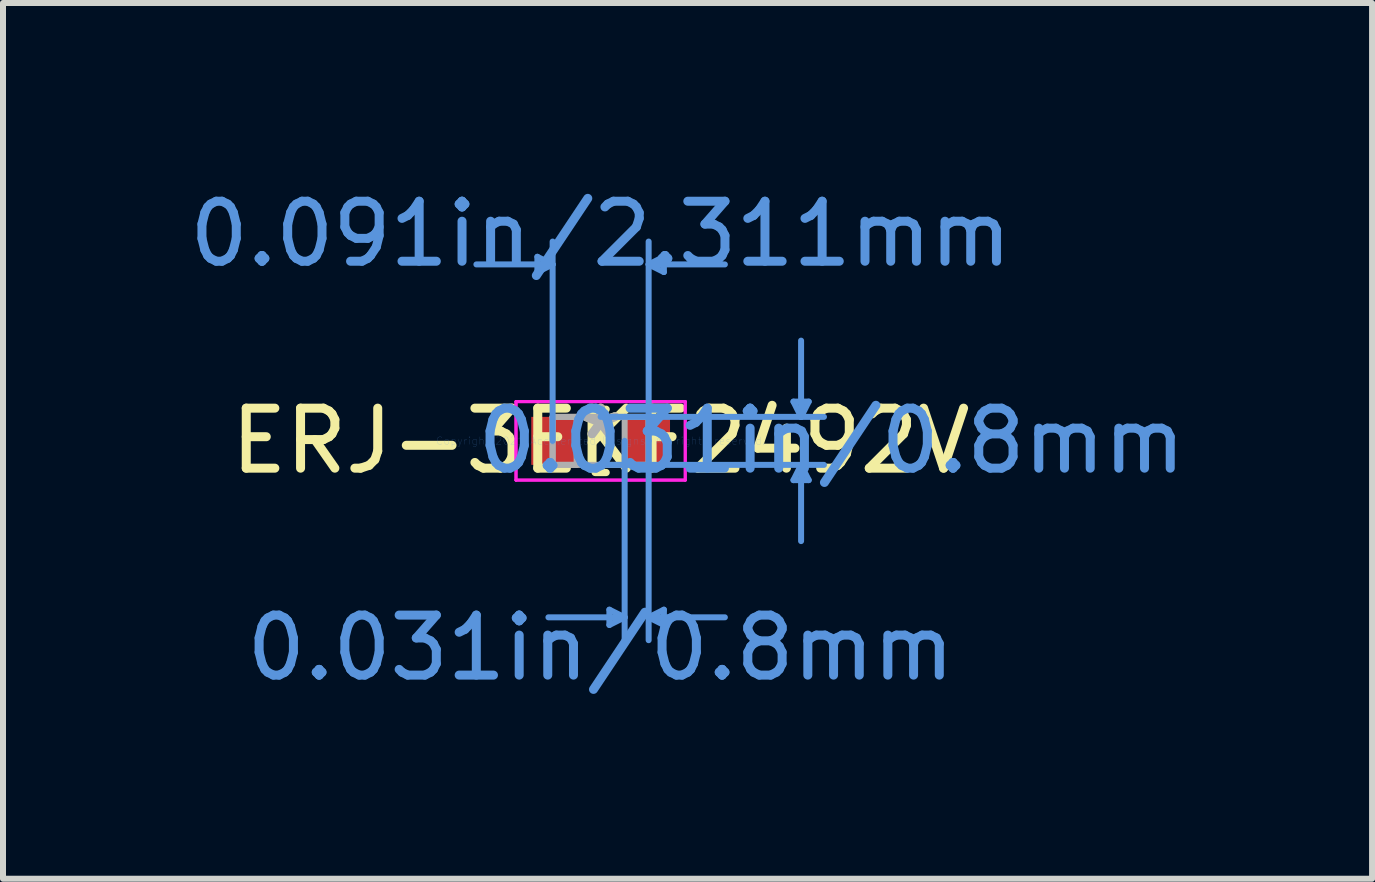
<source format=kicad_pcb>
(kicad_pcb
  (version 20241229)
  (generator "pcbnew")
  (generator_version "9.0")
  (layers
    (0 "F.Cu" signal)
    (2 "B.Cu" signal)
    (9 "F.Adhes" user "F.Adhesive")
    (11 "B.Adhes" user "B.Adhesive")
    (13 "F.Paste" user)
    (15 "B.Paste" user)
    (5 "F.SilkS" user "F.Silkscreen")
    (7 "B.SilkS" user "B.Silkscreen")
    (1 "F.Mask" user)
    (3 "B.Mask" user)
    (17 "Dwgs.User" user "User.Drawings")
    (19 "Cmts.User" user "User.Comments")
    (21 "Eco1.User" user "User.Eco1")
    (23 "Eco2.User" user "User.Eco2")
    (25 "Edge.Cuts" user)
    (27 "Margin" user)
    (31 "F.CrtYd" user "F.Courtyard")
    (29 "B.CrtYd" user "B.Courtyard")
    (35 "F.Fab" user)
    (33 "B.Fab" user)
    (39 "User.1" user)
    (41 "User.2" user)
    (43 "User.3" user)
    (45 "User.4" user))
  (footprint "ERJ-3EKF2492V"
    (layer "F.Cu")
    (at 6.958 4.296)
    (property "Reference" "ERJ-3EKF2492V" (at 0 0 0) (layer "F.SilkS") (effects (font (size 1 1) (thickness 0.15))))
    (attr through_hole)
    (fp_line (start -0.092 0.527) (end 0.092 0.527) (stroke (width 0.12) (type solid)) (layer "F.SilkS"))
    (fp_line (start 0.092 -0.527) (end -0.092 -0.527) (stroke (width 0.12) (type solid)) (layer "F.SilkS"))
    (fp_line (start -1.054 -3.067) (end -1.054 -2.813) (stroke (width 0.1) (type solid)) (layer "Cmts.User"))
    (fp_line (start -0.8 -2.94) (end -2.07 -2.94) (stroke (width 0.1) (type solid)) (layer "Cmts.User"))
    (fp_line (start -0.8 -2.94) (end -1.054 -3.067) (stroke (width 0.1) (type solid)) (layer "Cmts.User"))
    (fp_line (start -0.8 -2.94) (end -1.054 -2.813) (stroke (width 0.1) (type solid)) (layer "Cmts.User"))
    (fp_line (start -0.8 0) (end -0.8 -3.321) (stroke (width 0.1) (type solid)) (layer "Cmts.User"))
    (fp_line (start 0 -0.4) (end 3.721 -0.4) (stroke (width 0.1) (type solid)) (layer "Cmts.User"))
    (fp_line (start 0 0.4) (end 3.721 0.4) (stroke (width 0.1) (type solid)) (layer "Cmts.User"))
    (fp_line (start 0.146 2.813) (end 0.146 3.067) (stroke (width 0.1) (type solid)) (layer "Cmts.User"))
    (fp_line (start 0.4 0) (end 0.4 3.321) (stroke (width 0.1) (type solid)) (layer "Cmts.User"))
    (fp_line (start 0.4 2.94) (end -0.87 2.94) (stroke (width 0.1) (type solid)) (layer "Cmts.User"))
    (fp_line (start 0.4 2.94) (end 0.146 2.813) (stroke (width 0.1) (type solid)) (layer "Cmts.User"))
    (fp_line (start 0.4 2.94) (end 0.146 3.067) (stroke (width 0.1) (type solid)) (layer "Cmts.User"))
    (fp_line (start 0.8 -2.94) (end 1.054 -3.067) (stroke (width 0.1) (type solid)) (layer "Cmts.User"))
    (fp_line (start 0.8 -2.94) (end 1.054 -2.813) (stroke (width 0.1) (type solid)) (layer "Cmts.User"))
    (fp_line (start 0.8 -2.94) (end 2.07 -2.94) (stroke (width 0.1) (type solid)) (layer "Cmts.User"))
    (fp_line (start 0.8 0) (end 0.8 -3.321) (stroke (width 0.1) (type solid)) (layer "Cmts.User"))
    (fp_line (start 0.8 0) (end 0.8 3.321) (stroke (width 0.1) (type solid)) (layer "Cmts.User"))
    (fp_line (start 0.8 2.94) (end 1.054 2.813) (stroke (width 0.1) (type solid)) (layer "Cmts.User"))
    (fp_line (start 0.8 2.94) (end 1.054 3.067) (stroke (width 0.1) (type solid)) (layer "Cmts.User"))
    (fp_line (start 0.8 2.94) (end 2.07 2.94) (stroke (width 0.1) (type solid)) (layer "Cmts.User"))
    (fp_line (start 1.054 -3.067) (end 1.054 -2.813) (stroke (width 0.1) (type solid)) (layer "Cmts.User"))
    (fp_line (start 1.054 2.813) (end 1.054 3.067) (stroke (width 0.1) (type solid)) (layer "Cmts.User"))
    (fp_line (start 3.213 -0.654) (end 3.467 -0.654) (stroke (width 0.1) (type solid)) (layer "Cmts.User"))
    (fp_line (start 3.213 0.654) (end 3.467 0.654) (stroke (width 0.1) (type solid)) (layer "Cmts.User"))
    (fp_line (start 3.34 -0.4) (end 3.213 -0.654) (stroke (width 0.1) (type solid)) (layer "Cmts.User"))
    (fp_line (start 3.34 -0.4) (end 3.34 -1.67) (stroke (width 0.1) (type solid)) (layer "Cmts.User"))
    (fp_line (start 3.34 -0.4) (end 3.467 -0.654) (stroke (width 0.1) (type solid)) (layer "Cmts.User"))
    (fp_line (start 3.34 0.4) (end 3.213 0.654) (stroke (width 0.1) (type solid)) (layer "Cmts.User"))
    (fp_line (start 3.34 0.4) (end 3.34 1.67) (stroke (width 0.1) (type solid)) (layer "Cmts.User"))
    (fp_line (start 3.34 0.4) (end 3.467 0.654) (stroke (width 0.1) (type solid)) (layer "Cmts.User"))
    (fp_line (start -1.41 -0.654) (end 1.41 -0.654) (stroke (width 0.05) (type solid)) (layer "F.CrtYd"))
    (fp_line (start -1.41 -0.654) (end 1.41 -0.654) (stroke (width 0.05) (type solid)) (layer "F.CrtYd"))
    (fp_line (start -1.41 0.654) (end -1.41 -0.654) (stroke (width 0.05) (type solid)) (layer "F.CrtYd"))
    (fp_line (start -1.41 0.654) (end -1.41 -0.654) (stroke (width 0.05) (type solid)) (layer "F.CrtYd"))
    (fp_line (start 1.41 -0.654) (end 1.41 0.654) (stroke (width 0.05) (type solid)) (layer "F.CrtYd"))
    (fp_line (start 1.41 -0.654) (end 1.41 0.654) (stroke (width 0.05) (type solid)) (layer "F.CrtYd"))
    (fp_line (start 1.41 0.654) (end -1.41 0.654) (stroke (width 0.05) (type solid)) (layer "F.CrtYd"))
    (fp_line (start 1.41 0.654) (end -1.41 0.654) (stroke (width 0.05) (type solid)) (layer "F.CrtYd"))
    (fp_line (start -0.8 -0.4) (end -0.8 0.4) (stroke (width 0.1) (type solid)) (layer "F.Fab"))
    (fp_line (start -0.8 -0.4) (end -0.8 0.4) (stroke (width 0.1) (type solid)) (layer "F.Fab"))
    (fp_line (start -0.8 0.4) (end -0.4 0.4) (stroke (width 0.1) (type solid)) (layer "F.Fab"))
    (fp_line (start -0.8 0.4) (end 0.8 0.4) (stroke (width 0.1) (type solid)) (layer "F.Fab"))
    (fp_line (start -0.4 -0.4) (end -0.8 -0.4) (stroke (width 0.1) (type solid)) (layer "F.Fab"))
    (fp_line (start -0.4 0.4) (end -0.4 -0.4) (stroke (width 0.1) (type solid)) (layer "F.Fab"))
    (fp_line (start 0.4 -0.4) (end 0.4 0.4) (stroke (width 0.1) (type solid)) (layer "F.Fab"))
    (fp_line (start 0.4 0.4) (end 0.8 0.4) (stroke (width 0.1) (type solid)) (layer "F.Fab"))
    (fp_line (start 0.8 -0.4) (end -0.8 -0.4) (stroke (width 0.1) (type solid)) (layer "F.Fab"))
    (fp_line (start 0.8 -0.4) (end 0.4 -0.4) (stroke (width 0.1) (type solid)) (layer "F.Fab"))
    (fp_line (start 0.8 0.4) (end 0.8 -0.4) (stroke (width 0.1) (type solid)) (layer "F.Fab"))
    (fp_line (start 0.8 0.4) (end 0.8 -0.4) (stroke (width 0.1) (type solid)) (layer "F.Fab"))
    (fp_text user "*" (at 0 0 0) (layer "F.SilkS") (effects (font (size 1 1) (thickness 0.15))))
    (fp_text user "Copyright 2021 Accelerated Designs. All rights reserved." (at 0 0 0) (layer "Cmts.User") (effects (font (size 0.127 0.127) (thickness 0.002))))
    (fp_text user "0.031in/0.8mm" (at 0 3.448 0) (layer "Cmts.User") (effects (font (size 1 1) (thickness 0.15))))
    (fp_text user "0.031in/0.8mm" (at 3.848 0 0) (layer "Cmts.User") (effects (font (size 1 1) (thickness 0.15))))
    (fp_text user "0.091in/2.311mm" (at 0 -3.448 0) (layer "Cmts.User") (effects (font (size 1 1) (thickness 0.15))))
    (fp_text user "*" (at 0 0 0) (layer "F.Fab") (effects (font (size 1 1) (thickness 0.15))))
    (pad "1" smd rect (at -0.778 0) (size 0.756 0.8) (layers "F.Cu" "F.Mask" "F.Paste"))
    (pad "2" smd rect (at 0.778 0) (size 0.756 0.8) (layers "F.Cu" "F.Mask" "F.Paste")))
  (gr_rect
    (start -3 -3)
    (end 19.812 11.592)
    (stroke (width 0.1) (type default))
    (fill no)
    (layer "Edge.Cuts")))
</source>
